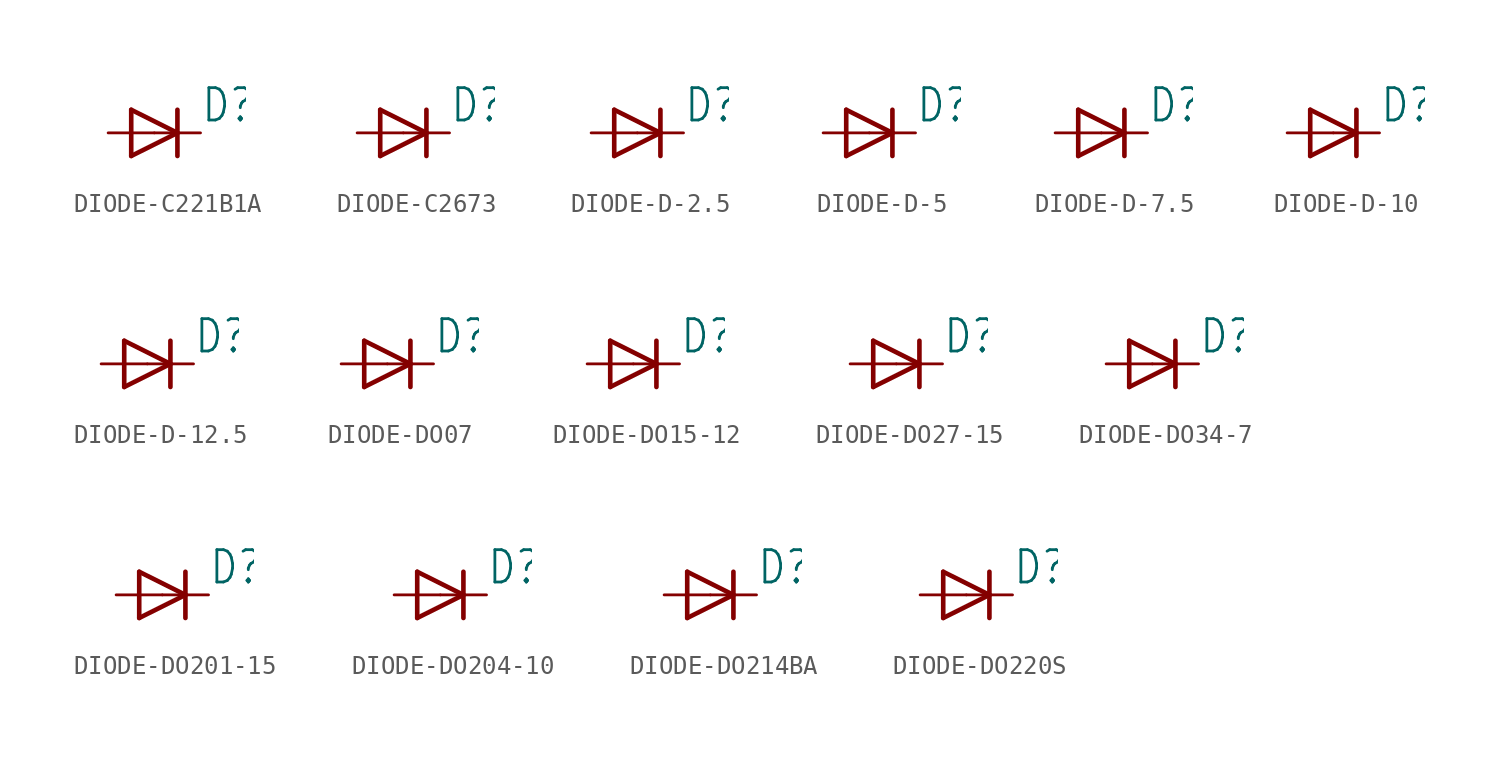
<source format=kicad_sym>
(kicad_symbol_lib
  (version 20241209)
  (generator "kicad_symbol_editor")
  (generator_version "9.0")
  (symbol "DIODE-C221B1A"
    (property "Reference" "D"
      (at 2.54 0.483 0)
      (effects (font (size 1.778 1.511)) (justify left bottom)))
    (property "Value" ""
      (at 2.54 -2.311 0)
      (effects (font (size 1.778 1.511)) (justify left bottom)))
    (property "ki_locked" ""
      (at 0 0 0)
      (effects (font (size 1.27 1.27))))
    (symbol "DIODE-C221B1A_1_0"
      (polyline (pts (xy -1.27 1.27) (xy -1.27 -1.27)) (stroke (width 0.254) (type solid)) (fill (type none)))
      (polyline (pts (xy -1.27 -1.27) (xy 1.27 0)) (stroke (width 0.254) (type solid)) (fill (type none)))
      (polyline (pts (xy 1.27 1.27) (xy 1.27 0)) (stroke (width 0.254) (type solid)) (fill (type none)))
      (polyline (pts (xy 1.27 0) (xy -1.27 1.27)) (stroke (width 0.254) (type solid)) (fill (type none)))
      (polyline (pts (xy 1.27 0) (xy 1.27 -1.27)) (stroke (width 0.254) (type solid)) (fill (type none)))
      (pin passive line (at -2.54 0 0) (length 2.54) (name "A" (effects (font (size 0 0)))) (number "A" (effects (font (size 0 0)))))
      (pin passive line (at 2.54 0 180) (length 2.54) (name "C" (effects (font (size 0 0)))) (number "C" (effects (font (size 0 0)))))))
  (symbol "DIODE-C2673"
    (property "Reference" "D"
      (at 2.54 0.483 0)
      (effects (font (size 1.778 1.511)) (justify left bottom)))
    (property "Value" ""
      (at 2.54 -2.311 0)
      (effects (font (size 1.778 1.511)) (justify left bottom)))
    (property "ki_locked" ""
      (at 0 0 0)
      (effects (font (size 1.27 1.27))))
    (symbol "DIODE-C2673_1_0"
      (polyline (pts (xy -1.27 1.27) (xy -1.27 -1.27)) (stroke (width 0.254) (type solid)) (fill (type none)))
      (polyline (pts (xy -1.27 -1.27) (xy 1.27 0)) (stroke (width 0.254) (type solid)) (fill (type none)))
      (polyline (pts (xy 1.27 1.27) (xy 1.27 0)) (stroke (width 0.254) (type solid)) (fill (type none)))
      (polyline (pts (xy 1.27 0) (xy -1.27 1.27)) (stroke (width 0.254) (type solid)) (fill (type none)))
      (polyline (pts (xy 1.27 0) (xy 1.27 -1.27)) (stroke (width 0.254) (type solid)) (fill (type none)))
      (pin passive line (at -2.54 0 0) (length 2.54) (name "A" (effects (font (size 0 0)))) (number "A" (effects (font (size 0 0)))))
      (pin passive line (at 2.54 0 180) (length 2.54) (name "C" (effects (font (size 0 0)))) (number "C" (effects (font (size 0 0)))))))
  (symbol "DIODE-D-2.5"
    (property "Reference" "D"
      (at 2.54 0.483 0)
      (effects (font (size 1.778 1.511)) (justify left bottom)))
    (property "Value" ""
      (at 2.54 -2.311 0)
      (effects (font (size 1.778 1.511)) (justify left bottom)))
    (property "ki_locked" ""
      (at 0 0 0)
      (effects (font (size 1.27 1.27))))
    (symbol "DIODE-D-2.5_1_0"
      (polyline (pts (xy -1.27 1.27) (xy -1.27 -1.27)) (stroke (width 0.254) (type solid)) (fill (type none)))
      (polyline (pts (xy -1.27 -1.27) (xy 1.27 0)) (stroke (width 0.254) (type solid)) (fill (type none)))
      (polyline (pts (xy 1.27 1.27) (xy 1.27 0)) (stroke (width 0.254) (type solid)) (fill (type none)))
      (polyline (pts (xy 1.27 0) (xy -1.27 1.27)) (stroke (width 0.254) (type solid)) (fill (type none)))
      (polyline (pts (xy 1.27 0) (xy 1.27 -1.27)) (stroke (width 0.254) (type solid)) (fill (type none)))
      (pin passive line (at -2.54 0 0) (length 2.54) (name "A" (effects (font (size 0 0)))) (number "A" (effects (font (size 0 0)))))
      (pin passive line (at 2.54 0 180) (length 2.54) (name "C" (effects (font (size 0 0)))) (number "C" (effects (font (size 0 0)))))))
  (symbol "DIODE-D-5"
    (property "Reference" "D"
      (at 2.54 0.483 0)
      (effects (font (size 1.778 1.511)) (justify left bottom)))
    (property "Value" ""
      (at 2.54 -2.311 0)
      (effects (font (size 1.778 1.511)) (justify left bottom)))
    (property "ki_locked" ""
      (at 0 0 0)
      (effects (font (size 1.27 1.27))))
    (symbol "DIODE-D-5_1_0"
      (polyline (pts (xy -1.27 1.27) (xy -1.27 -1.27)) (stroke (width 0.254) (type solid)) (fill (type none)))
      (polyline (pts (xy -1.27 -1.27) (xy 1.27 0)) (stroke (width 0.254) (type solid)) (fill (type none)))
      (polyline (pts (xy 1.27 1.27) (xy 1.27 0)) (stroke (width 0.254) (type solid)) (fill (type none)))
      (polyline (pts (xy 1.27 0) (xy -1.27 1.27)) (stroke (width 0.254) (type solid)) (fill (type none)))
      (polyline (pts (xy 1.27 0) (xy 1.27 -1.27)) (stroke (width 0.254) (type solid)) (fill (type none)))
      (pin passive line (at -2.54 0 0) (length 2.54) (name "A" (effects (font (size 0 0)))) (number "A" (effects (font (size 0 0)))))
      (pin passive line (at 2.54 0 180) (length 2.54) (name "C" (effects (font (size 0 0)))) (number "C" (effects (font (size 0 0)))))))
  (symbol "DIODE-D-7.5"
    (property "Reference" "D"
      (at 2.54 0.483 0)
      (effects (font (size 1.778 1.511)) (justify left bottom)))
    (property "Value" ""
      (at 2.54 -2.311 0)
      (effects (font (size 1.778 1.511)) (justify left bottom)))
    (property "ki_locked" ""
      (at 0 0 0)
      (effects (font (size 1.27 1.27))))
    (symbol "DIODE-D-7.5_1_0"
      (polyline (pts (xy -1.27 1.27) (xy -1.27 -1.27)) (stroke (width 0.254) (type solid)) (fill (type none)))
      (polyline (pts (xy -1.27 -1.27) (xy 1.27 0)) (stroke (width 0.254) (type solid)) (fill (type none)))
      (polyline (pts (xy 1.27 1.27) (xy 1.27 0)) (stroke (width 0.254) (type solid)) (fill (type none)))
      (polyline (pts (xy 1.27 0) (xy -1.27 1.27)) (stroke (width 0.254) (type solid)) (fill (type none)))
      (polyline (pts (xy 1.27 0) (xy 1.27 -1.27)) (stroke (width 0.254) (type solid)) (fill (type none)))
      (pin passive line (at -2.54 0 0) (length 2.54) (name "A" (effects (font (size 0 0)))) (number "A" (effects (font (size 0 0)))))
      (pin passive line (at 2.54 0 180) (length 2.54) (name "C" (effects (font (size 0 0)))) (number "C" (effects (font (size 0 0)))))))
  (symbol "DIODE-D-10"
    (property "Reference" "D"
      (at 2.54 0.483 0)
      (effects (font (size 1.778 1.511)) (justify left bottom)))
    (property "Value" ""
      (at 2.54 -2.311 0)
      (effects (font (size 1.778 1.511)) (justify left bottom)))
    (property "ki_locked" ""
      (at 0 0 0)
      (effects (font (size 1.27 1.27))))
    (symbol "DIODE-D-10_1_0"
      (polyline (pts (xy -1.27 1.27) (xy -1.27 -1.27)) (stroke (width 0.254) (type solid)) (fill (type none)))
      (polyline (pts (xy -1.27 -1.27) (xy 1.27 0)) (stroke (width 0.254) (type solid)) (fill (type none)))
      (polyline (pts (xy 1.27 1.27) (xy 1.27 0)) (stroke (width 0.254) (type solid)) (fill (type none)))
      (polyline (pts (xy 1.27 0) (xy -1.27 1.27)) (stroke (width 0.254) (type solid)) (fill (type none)))
      (polyline (pts (xy 1.27 0) (xy 1.27 -1.27)) (stroke (width 0.254) (type solid)) (fill (type none)))
      (pin passive line (at -2.54 0 0) (length 2.54) (name "A" (effects (font (size 0 0)))) (number "A" (effects (font (size 0 0)))))
      (pin passive line (at 2.54 0 180) (length 2.54) (name "C" (effects (font (size 0 0)))) (number "C" (effects (font (size 0 0)))))))
  (symbol "DIODE-D-12.5"
    (property "Reference" "D"
      (at 2.54 0.483 0)
      (effects (font (size 1.778 1.511)) (justify left bottom)))
    (property "Value" ""
      (at 2.54 -2.311 0)
      (effects (font (size 1.778 1.511)) (justify left bottom)))
    (property "ki_locked" ""
      (at 0 0 0)
      (effects (font (size 1.27 1.27))))
    (symbol "DIODE-D-12.5_1_0"
      (polyline (pts (xy -1.27 1.27) (xy -1.27 -1.27)) (stroke (width 0.254) (type solid)) (fill (type none)))
      (polyline (pts (xy -1.27 -1.27) (xy 1.27 0)) (stroke (width 0.254) (type solid)) (fill (type none)))
      (polyline (pts (xy 1.27 1.27) (xy 1.27 0)) (stroke (width 0.254) (type solid)) (fill (type none)))
      (polyline (pts (xy 1.27 0) (xy -1.27 1.27)) (stroke (width 0.254) (type solid)) (fill (type none)))
      (polyline (pts (xy 1.27 0) (xy 1.27 -1.27)) (stroke (width 0.254) (type solid)) (fill (type none)))
      (pin passive line (at -2.54 0 0) (length 2.54) (name "A" (effects (font (size 0 0)))) (number "A" (effects (font (size 0 0)))))
      (pin passive line (at 2.54 0 180) (length 2.54) (name "C" (effects (font (size 0 0)))) (number "C" (effects (font (size 0 0)))))))
  (symbol "DIODE-DO07"
    (property "Reference" "D"
      (at 2.54 0.483 0)
      (effects (font (size 1.778 1.511)) (justify left bottom)))
    (property "Value" ""
      (at 2.54 -2.311 0)
      (effects (font (size 1.778 1.511)) (justify left bottom)))
    (property "ki_locked" ""
      (at 0 0 0)
      (effects (font (size 1.27 1.27))))
    (symbol "DIODE-DO07_1_0"
      (polyline (pts (xy -1.27 1.27) (xy -1.27 -1.27)) (stroke (width 0.254) (type solid)) (fill (type none)))
      (polyline (pts (xy -1.27 -1.27) (xy 1.27 0)) (stroke (width 0.254) (type solid)) (fill (type none)))
      (polyline (pts (xy 1.27 1.27) (xy 1.27 0)) (stroke (width 0.254) (type solid)) (fill (type none)))
      (polyline (pts (xy 1.27 0) (xy -1.27 1.27)) (stroke (width 0.254) (type solid)) (fill (type none)))
      (polyline (pts (xy 1.27 0) (xy 1.27 -1.27)) (stroke (width 0.254) (type solid)) (fill (type none)))
      (pin passive line (at -2.54 0 0) (length 2.54) (name "A" (effects (font (size 0 0)))) (number "A" (effects (font (size 0 0)))))
      (pin passive line (at 2.54 0 180) (length 2.54) (name "C" (effects (font (size 0 0)))) (number "C" (effects (font (size 0 0)))))))
  (symbol "DIODE-DO15-12"
    (property "Reference" "D"
      (at 2.54 0.483 0)
      (effects (font (size 1.778 1.511)) (justify left bottom)))
    (property "Value" ""
      (at 2.54 -2.311 0)
      (effects (font (size 1.778 1.511)) (justify left bottom)))
    (property "ki_locked" ""
      (at 0 0 0)
      (effects (font (size 1.27 1.27))))
    (symbol "DIODE-DO15-12_1_0"
      (polyline (pts (xy -1.27 1.27) (xy -1.27 -1.27)) (stroke (width 0.254) (type solid)) (fill (type none)))
      (polyline (pts (xy -1.27 -1.27) (xy 1.27 0)) (stroke (width 0.254) (type solid)) (fill (type none)))
      (polyline (pts (xy 1.27 1.27) (xy 1.27 0)) (stroke (width 0.254) (type solid)) (fill (type none)))
      (polyline (pts (xy 1.27 0) (xy -1.27 1.27)) (stroke (width 0.254) (type solid)) (fill (type none)))
      (polyline (pts (xy 1.27 0) (xy 1.27 -1.27)) (stroke (width 0.254) (type solid)) (fill (type none)))
      (pin passive line (at -2.54 0 0) (length 2.54) (name "A" (effects (font (size 0 0)))) (number "A" (effects (font (size 0 0)))))
      (pin passive line (at 2.54 0 180) (length 2.54) (name "C" (effects (font (size 0 0)))) (number "C" (effects (font (size 0 0)))))))
  (symbol "DIODE-DO27-15"
    (property "Reference" "D"
      (at 2.54 0.483 0)
      (effects (font (size 1.778 1.511)) (justify left bottom)))
    (property "Value" ""
      (at 2.54 -2.311 0)
      (effects (font (size 1.778 1.511)) (justify left bottom)))
    (property "ki_locked" ""
      (at 0 0 0)
      (effects (font (size 1.27 1.27))))
    (symbol "DIODE-DO27-15_1_0"
      (polyline (pts (xy -1.27 1.27) (xy -1.27 -1.27)) (stroke (width 0.254) (type solid)) (fill (type none)))
      (polyline (pts (xy -1.27 -1.27) (xy 1.27 0)) (stroke (width 0.254) (type solid)) (fill (type none)))
      (polyline (pts (xy 1.27 1.27) (xy 1.27 0)) (stroke (width 0.254) (type solid)) (fill (type none)))
      (polyline (pts (xy 1.27 0) (xy -1.27 1.27)) (stroke (width 0.254) (type solid)) (fill (type none)))
      (polyline (pts (xy 1.27 0) (xy 1.27 -1.27)) (stroke (width 0.254) (type solid)) (fill (type none)))
      (pin passive line (at -2.54 0 0) (length 2.54) (name "A" (effects (font (size 0 0)))) (number "A" (effects (font (size 0 0)))))
      (pin passive line (at 2.54 0 180) (length 2.54) (name "C" (effects (font (size 0 0)))) (number "C" (effects (font (size 0 0)))))))
  (symbol "DIODE-DO34-7"
    (property "Reference" "D"
      (at 2.54 0.483 0)
      (effects (font (size 1.778 1.511)) (justify left bottom)))
    (property "Value" ""
      (at 2.54 -2.311 0)
      (effects (font (size 1.778 1.511)) (justify left bottom)))
    (property "ki_locked" ""
      (at 0 0 0)
      (effects (font (size 1.27 1.27))))
    (symbol "DIODE-DO34-7_1_0"
      (polyline (pts (xy -1.27 1.27) (xy -1.27 -1.27)) (stroke (width 0.254) (type solid)) (fill (type none)))
      (polyline (pts (xy -1.27 -1.27) (xy 1.27 0)) (stroke (width 0.254) (type solid)) (fill (type none)))
      (polyline (pts (xy 1.27 1.27) (xy 1.27 0)) (stroke (width 0.254) (type solid)) (fill (type none)))
      (polyline (pts (xy 1.27 0) (xy -1.27 1.27)) (stroke (width 0.254) (type solid)) (fill (type none)))
      (polyline (pts (xy 1.27 0) (xy 1.27 -1.27)) (stroke (width 0.254) (type solid)) (fill (type none)))
      (pin passive line (at -2.54 0 0) (length 2.54) (name "A" (effects (font (size 0 0)))) (number "A" (effects (font (size 0 0)))))
      (pin passive line (at 2.54 0 180) (length 2.54) (name "C" (effects (font (size 0 0)))) (number "C" (effects (font (size 0 0)))))))
  (symbol "DIODE-DO201-15"
    (property "Reference" "D"
      (at 2.54 0.483 0)
      (effects (font (size 1.778 1.511)) (justify left bottom)))
    (property "Value" ""
      (at 2.54 -2.311 0)
      (effects (font (size 1.778 1.511)) (justify left bottom)))
    (property "ki_locked" ""
      (at 0 0 0)
      (effects (font (size 1.27 1.27))))
    (symbol "DIODE-DO201-15_1_0"
      (polyline (pts (xy -1.27 1.27) (xy -1.27 -1.27)) (stroke (width 0.254) (type solid)) (fill (type none)))
      (polyline (pts (xy -1.27 -1.27) (xy 1.27 0)) (stroke (width 0.254) (type solid)) (fill (type none)))
      (polyline (pts (xy 1.27 1.27) (xy 1.27 0)) (stroke (width 0.254) (type solid)) (fill (type none)))
      (polyline (pts (xy 1.27 0) (xy -1.27 1.27)) (stroke (width 0.254) (type solid)) (fill (type none)))
      (polyline (pts (xy 1.27 0) (xy 1.27 -1.27)) (stroke (width 0.254) (type solid)) (fill (type none)))
      (pin passive line (at -2.54 0 0) (length 2.54) (name "A" (effects (font (size 0 0)))) (number "A" (effects (font (size 0 0)))))
      (pin passive line (at 2.54 0 180) (length 2.54) (name "C" (effects (font (size 0 0)))) (number "C" (effects (font (size 0 0)))))))
  (symbol "DIODE-DO204-10"
    (property "Reference" "D"
      (at 2.54 0.483 0)
      (effects (font (size 1.778 1.511)) (justify left bottom)))
    (property "Value" ""
      (at 2.54 -2.311 0)
      (effects (font (size 1.778 1.511)) (justify left bottom)))
    (property "ki_locked" ""
      (at 0 0 0)
      (effects (font (size 1.27 1.27))))
    (symbol "DIODE-DO204-10_1_0"
      (polyline (pts (xy -1.27 1.27) (xy -1.27 -1.27)) (stroke (width 0.254) (type solid)) (fill (type none)))
      (polyline (pts (xy -1.27 -1.27) (xy 1.27 0)) (stroke (width 0.254) (type solid)) (fill (type none)))
      (polyline (pts (xy 1.27 1.27) (xy 1.27 0)) (stroke (width 0.254) (type solid)) (fill (type none)))
      (polyline (pts (xy 1.27 0) (xy -1.27 1.27)) (stroke (width 0.254) (type solid)) (fill (type none)))
      (polyline (pts (xy 1.27 0) (xy 1.27 -1.27)) (stroke (width 0.254) (type solid)) (fill (type none)))
      (pin passive line (at -2.54 0 0) (length 2.54) (name "A" (effects (font (size 0 0)))) (number "A" (effects (font (size 0 0)))))
      (pin passive line (at 2.54 0 180) (length 2.54) (name "C" (effects (font (size 0 0)))) (number "C" (effects (font (size 0 0)))))))
  (symbol "DIODE-DO214BA"
    (property "Reference" "D"
      (at 2.54 0.483 0)
      (effects (font (size 1.778 1.511)) (justify left bottom)))
    (property "Value" ""
      (at 2.54 -2.311 0)
      (effects (font (size 1.778 1.511)) (justify left bottom)))
    (property "ki_locked" ""
      (at 0 0 0)
      (effects (font (size 1.27 1.27))))
    (symbol "DIODE-DO214BA_1_0"
      (polyline (pts (xy -1.27 1.27) (xy -1.27 -1.27)) (stroke (width 0.254) (type solid)) (fill (type none)))
      (polyline (pts (xy -1.27 -1.27) (xy 1.27 0)) (stroke (width 0.254) (type solid)) (fill (type none)))
      (polyline (pts (xy 1.27 1.27) (xy 1.27 0)) (stroke (width 0.254) (type solid)) (fill (type none)))
      (polyline (pts (xy 1.27 0) (xy -1.27 1.27)) (stroke (width 0.254) (type solid)) (fill (type none)))
      (polyline (pts (xy 1.27 0) (xy 1.27 -1.27)) (stroke (width 0.254) (type solid)) (fill (type none)))
      (pin passive line (at -2.54 0 0) (length 2.54) (name "A" (effects (font (size 0 0)))) (number "A" (effects (font (size 0 0)))))
      (pin passive line (at 2.54 0 180) (length 2.54) (name "C" (effects (font (size 0 0)))) (number "C" (effects (font (size 0 0)))))))
  (symbol "DIODE-DO220S"
    (property "Reference" "D"
      (at 2.54 0.483 0)
      (effects (font (size 1.778 1.511)) (justify left bottom)))
    (property "Value" ""
      (at 2.54 -2.311 0)
      (effects (font (size 1.778 1.511)) (justify left bottom)))
    (property "ki_locked" ""
      (at 0 0 0)
      (effects (font (size 1.27 1.27))))
    (symbol "DIODE-DO220S_1_0"
      (polyline (pts (xy -1.27 1.27) (xy -1.27 -1.27)) (stroke (width 0.254) (type solid)) (fill (type none)))
      (polyline (pts (xy -1.27 -1.27) (xy 1.27 0)) (stroke (width 0.254) (type solid)) (fill (type none)))
      (polyline (pts (xy 1.27 1.27) (xy 1.27 0)) (stroke (width 0.254) (type solid)) (fill (type none)))
      (polyline (pts (xy 1.27 0) (xy -1.27 1.27)) (stroke (width 0.254) (type solid)) (fill (type none)))
      (polyline (pts (xy 1.27 0) (xy 1.27 -1.27)) (stroke (width 0.254) (type solid)) (fill (type none)))
      (pin passive line (at -2.54 0 0) (length 2.54) (name "A" (effects (font (size 0 0)))) (number "A" (effects (font (size 0 0)))))
      (pin passive line (at 2.54 0 180) (length 2.54) (name "C" (effects (font (size 0 0)))) (number "C" (effects (font (size 0 0))))))))
</source>
